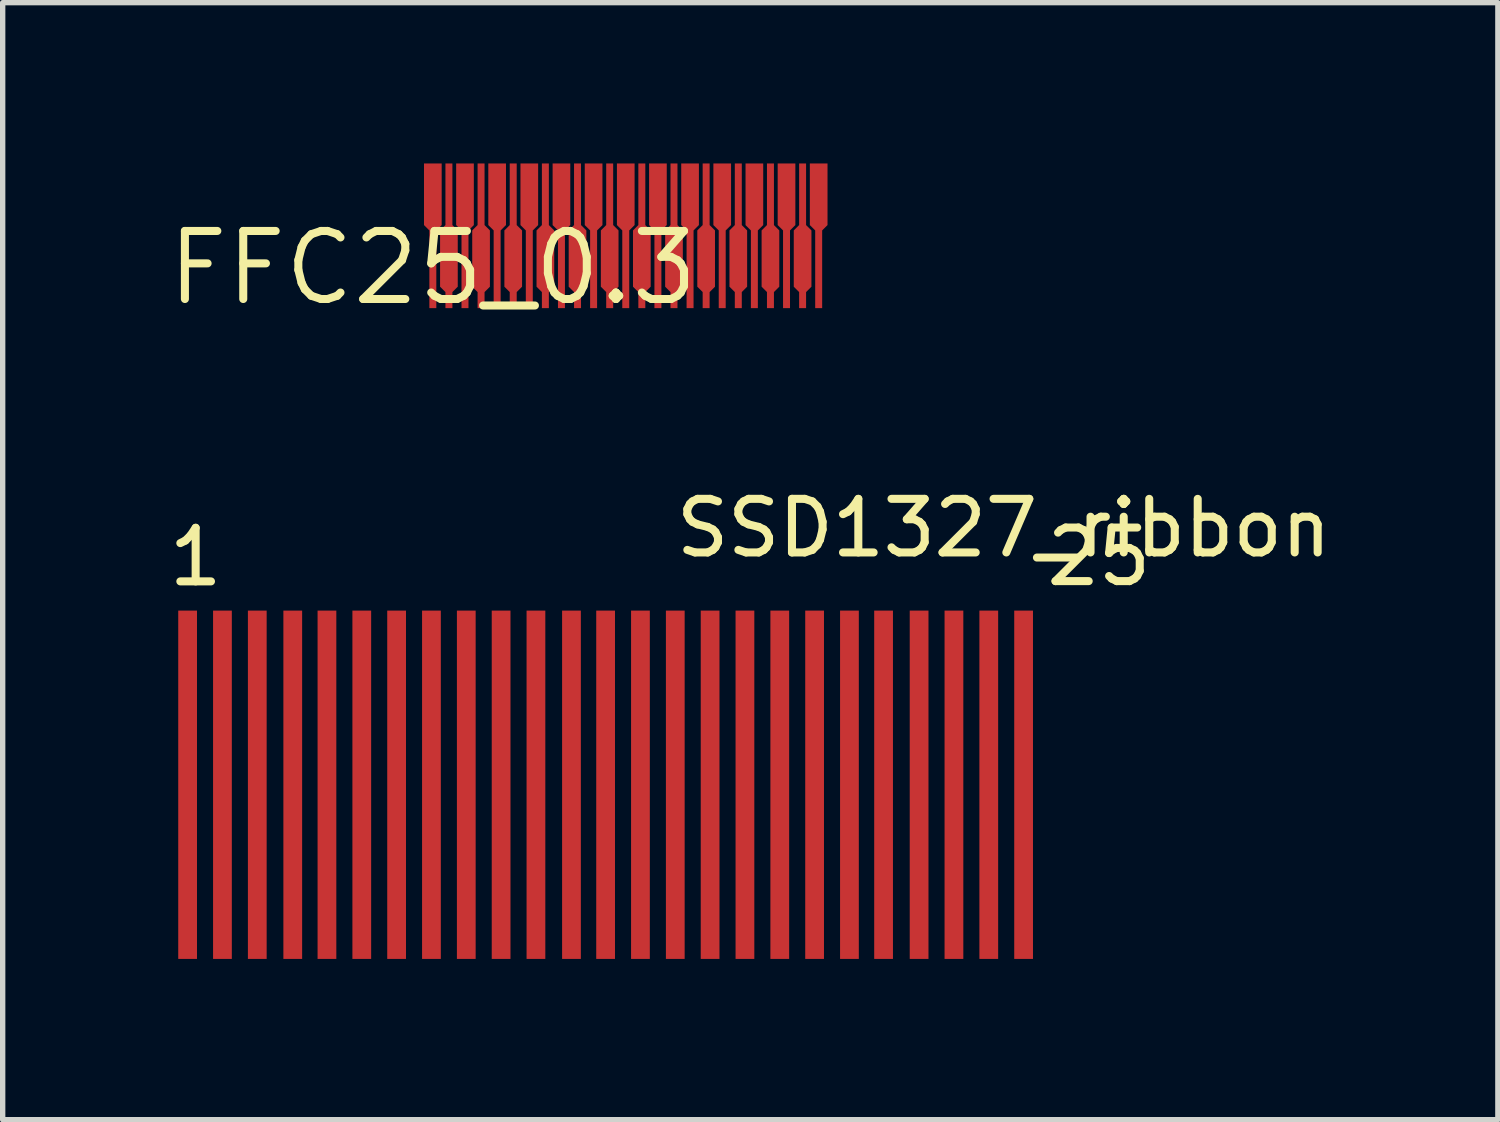
<source format=kicad_pcb>
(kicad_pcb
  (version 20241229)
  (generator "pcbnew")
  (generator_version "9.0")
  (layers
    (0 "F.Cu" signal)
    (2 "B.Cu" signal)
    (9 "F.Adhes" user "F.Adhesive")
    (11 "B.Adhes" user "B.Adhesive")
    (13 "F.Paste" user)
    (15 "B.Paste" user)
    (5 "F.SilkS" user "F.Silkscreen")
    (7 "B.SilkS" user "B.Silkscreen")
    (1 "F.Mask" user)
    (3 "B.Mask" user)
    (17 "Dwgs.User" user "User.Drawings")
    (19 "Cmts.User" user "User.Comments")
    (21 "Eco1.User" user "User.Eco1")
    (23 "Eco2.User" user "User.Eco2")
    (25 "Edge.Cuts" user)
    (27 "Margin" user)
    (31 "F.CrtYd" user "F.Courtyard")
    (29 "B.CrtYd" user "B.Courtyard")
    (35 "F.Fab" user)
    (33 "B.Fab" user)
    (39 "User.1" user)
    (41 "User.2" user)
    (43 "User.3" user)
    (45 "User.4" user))
  (footprint "SSD1327_ribbon"
    (layer "F.Cu")
    (at 10.601 9.344)
    (property "Reference" "SSD1327_ribbon" (at 5.08 -2.54 0) (layer "F.SilkS") (effects (font (size 1 1) (thickness 0.15))))
    (attr smd)
    (fp_text user "25" (at 6.855 -2.005 0) (layer "F.SilkS") (effects (font (size 1 1) (thickness 0.15))))
    (fp_text user "1" (at -10 -2 0) (layer "F.SilkS") (effects (font (size 1 1) (thickness 0.15))))
    (pad "1" smd rect (at -10.15 2.25) (size 0.35 6.5) (layers "F.Cu" "F.Mask" "F.Paste"))
    (pad "2" smd rect (at -9.5 2.25) (size 0.35 6.5) (layers "F.Cu" "F.Mask" "F.Paste"))
    (pad "3" smd rect (at -8.85 2.25) (size 0.35 6.5) (layers "F.Cu" "F.Mask" "F.Paste"))
    (pad "4" smd rect (at -8.188 2.25) (size 0.35 6.5) (layers "F.Cu" "F.Mask" "F.Paste"))
    (pad "5" smd rect (at -7.55 2.25) (size 0.35 6.5) (layers "F.Cu" "F.Mask" "F.Paste"))
    (pad "6" smd rect (at -6.9 2.25) (size 0.35 6.5) (layers "F.Cu" "F.Mask" "F.Paste"))
    (pad "7" smd rect (at -6.25 2.25) (size 0.35 6.5) (layers "F.Cu" "F.Mask" "F.Paste"))
    (pad "8" smd rect (at -5.6 2.25) (size 0.35 6.5) (layers "F.Cu" "F.Mask" "F.Paste"))
    (pad "9" smd rect (at -4.95 2.25) (size 0.35 6.5) (layers "F.Cu" "F.Mask" "F.Paste"))
    (pad "10" smd rect (at -4.3 2.25) (size 0.35 6.5) (layers "F.Cu" "F.Mask" "F.Paste"))
    (pad "11" smd rect (at -3.65 2.25) (size 0.35 6.5) (layers "F.Cu" "F.Mask" "F.Paste"))
    (pad "12" smd rect (at -2.987 2.25) (size 0.35 6.5) (layers "F.Cu" "F.Mask" "F.Paste"))
    (pad "13" smd rect (at -2.35 2.25) (size 0.35 6.5) (layers "F.Cu" "F.Mask" "F.Paste"))
    (pad "14" smd rect (at -1.7 2.25) (size 0.35 6.5) (layers "F.Cu" "F.Mask" "F.Paste"))
    (pad "15" smd rect (at -1.05 2.25) (size 0.35 6.5) (layers "F.Cu" "F.Mask" "F.Paste"))
    (pad "16" smd rect (at -0.4 2.25) (size 0.35 6.5) (layers "F.Cu" "F.Mask" "F.Paste"))
    (pad "17" smd rect (at 0.25 2.25) (size 0.35 6.5) (layers "F.Cu" "F.Mask" "F.Paste"))
    (pad "18" smd rect (at 0.9 2.25) (size 0.35 6.5) (layers "F.Cu" "F.Mask" "F.Paste"))
    (pad "19" smd rect (at 1.55 2.25) (size 0.35 6.5) (layers "F.Cu" "F.Mask" "F.Paste"))
    (pad "20" smd rect (at 2.2 2.25) (size 0.35 6.5) (layers "F.Cu" "F.Mask" "F.Paste"))
    (pad "21" smd rect (at 2.837 2.25) (size 0.35 6.5) (layers "F.Cu" "F.Mask" "F.Paste"))
    (pad "22" smd rect (at 3.5 2.25) (size 0.35 6.5) (layers "F.Cu" "F.Mask" "F.Paste"))
    (pad "23" smd rect (at 4.15 2.25) (size 0.35 6.5) (layers "F.Cu" "F.Mask" "F.Paste"))
    (pad "24" smd rect (at 4.8 2.25) (size 0.35 6.5) (layers "F.Cu" "F.Mask" "F.Paste"))
    (pad "25" smd rect (at 5.45 2.25) (size 0.35 6.5) (layers "F.Cu" "F.Mask" "F.Paste")))
  (footprint "FFC25_0.3"
    (layer "F.Cu")
    (at 5.027 1.95)
    (property "Reference" "FFC25_0.3" (at 0 0 0) (layer "F.SilkS") (effects (font (size 1.27 1.27) (thickness 0.15))))
    (attr through_hole)
    (pad "1" smd custom (at 7.2 0) (size 0.13 1.5) (layers "F.Cu" "F.Mask" "F.Paste") (options (anchor rect)) (primitives (gr_poly (pts (xy -0.165 -1.95) (xy 0.165 -1.95) (xy 0.165 -0.8) (xy 0.065 -0.7) (xy 0.065 0.75) (xy -0.065 0.75) (xy -0.065 -0.7) (xy -0.165 -0.8) (xy -0.165 -1.95)) (width 0) (fill yes))))
    (pad "2" smd custom (at 6.9 0.6) (size 0.13 0.3) (layers "F.Cu" "F.Mask" "F.Paste") (options (anchor rect)) (primitives (gr_poly (pts (xy -0.065 -1.4) (xy -0.065 -2.55) (xy 0.065 -2.55) (xy 0.065 -1.4) (xy 0.165 -1.3) (xy 0.165 -0.25) (xy 0.065 -0.15) (xy 0.065 0.15) (xy -0.065 0.15) (xy -0.065 -0.15) (xy -0.165 -0.25) (xy -0.165 -1.3) (xy -0.065 -1.4)) (width 0) (fill yes))))
    (pad "3" smd custom (at 6.6 0) (size 0.13 1.5) (layers "F.Cu" "F.Mask" "F.Paste") (options (anchor rect)) (primitives (gr_poly (pts (xy -0.165 -1.95) (xy 0.165 -1.95) (xy 0.165 -0.8) (xy 0.065 -0.7) (xy 0.065 0.75) (xy -0.065 0.75) (xy -0.065 -0.7) (xy -0.165 -0.8) (xy -0.165 -1.95)) (width 0) (fill yes))))
    (pad "4" smd custom (at 6.3 0.6) (size 0.13 0.3) (layers "F.Cu" "F.Mask" "F.Paste") (options (anchor rect)) (primitives (gr_poly (pts (xy -0.065 -1.4) (xy -0.065 -2.55) (xy 0.065 -2.55) (xy 0.065 -1.4) (xy 0.165 -1.3) (xy 0.165 -0.25) (xy 0.065 -0.15) (xy 0.065 0.15) (xy -0.065 0.15) (xy -0.065 -0.15) (xy -0.165 -0.25) (xy -0.165 -1.3) (xy -0.065 -1.4)) (width 0) (fill yes))))
    (pad "5" smd custom (at 6 0) (size 0.13 1.5) (layers "F.Cu" "F.Mask" "F.Paste") (options (anchor rect)) (primitives (gr_poly (pts (xy -0.165 -1.95) (xy 0.165 -1.95) (xy 0.165 -0.8) (xy 0.065 -0.7) (xy 0.065 0.75) (xy -0.065 0.75) (xy -0.065 -0.7) (xy -0.165 -0.8) (xy -0.165 -1.95)) (width 0) (fill yes))))
    (pad "6" smd custom (at 5.7 0.6) (size 0.13 0.3) (layers "F.Cu" "F.Mask" "F.Paste") (options (anchor rect)) (primitives (gr_poly (pts (xy -0.065 -1.4) (xy -0.065 -2.55) (xy 0.065 -2.55) (xy 0.065 -1.4) (xy 0.165 -1.3) (xy 0.165 -0.25) (xy 0.065 -0.15) (xy 0.065 0.15) (xy -0.065 0.15) (xy -0.065 -0.15) (xy -0.165 -0.25) (xy -0.165 -1.3) (xy -0.065 -1.4)) (width 0) (fill yes))))
    (pad "7" smd custom (at 5.4 0) (size 0.13 1.5) (layers "F.Cu" "F.Mask" "F.Paste") (options (anchor rect)) (primitives (gr_poly (pts (xy -0.165 -1.95) (xy 0.165 -1.95) (xy 0.165 -0.8) (xy 0.065 -0.7) (xy 0.065 0.75) (xy -0.065 0.75) (xy -0.065 -0.7) (xy -0.165 -0.8) (xy -0.165 -1.95)) (width 0) (fill yes))))
    (pad "8" smd custom (at 5.1 0.6) (size 0.13 0.3) (layers "F.Cu" "F.Mask" "F.Paste") (options (anchor rect)) (primitives (gr_poly (pts (xy -0.065 -1.4) (xy -0.065 -2.55) (xy 0.065 -2.55) (xy 0.065 -1.4) (xy 0.165 -1.3) (xy 0.165 -0.25) (xy 0.065 -0.15) (xy 0.065 0.15) (xy -0.065 0.15) (xy -0.065 -0.15) (xy -0.165 -0.25) (xy -0.165 -1.3) (xy -0.065 -1.4)) (width 0) (fill yes))))
    (pad "9" smd custom (at 4.8 0) (size 0.13 1.5) (layers "F.Cu" "F.Mask" "F.Paste") (options (anchor rect)) (primitives (gr_poly (pts (xy -0.165 -1.95) (xy 0.165 -1.95) (xy 0.165 -0.8) (xy 0.065 -0.7) (xy 0.065 0.75) (xy -0.065 0.75) (xy -0.065 -0.7) (xy -0.165 -0.8) (xy -0.165 -1.95)) (width 0) (fill yes))))
    (pad "10" smd custom (at 4.5 0.6) (size 0.13 0.3) (layers "F.Cu" "F.Mask" "F.Paste") (options (anchor rect)) (primitives (gr_poly (pts (xy -0.065 -1.4) (xy -0.065 -2.55) (xy 0.065 -2.55) (xy 0.065 -1.4) (xy 0.165 -1.3) (xy 0.165 -0.25) (xy 0.065 -0.15) (xy 0.065 0.15) (xy -0.065 0.15) (xy -0.065 -0.15) (xy -0.165 -0.25) (xy -0.165 -1.3) (xy -0.065 -1.4)) (width 0) (fill yes))))
    (pad "11" smd custom (at 4.2 0) (size 0.13 1.5) (layers "F.Cu" "F.Mask" "F.Paste") (options (anchor rect)) (primitives (gr_poly (pts (xy -0.165 -1.95) (xy 0.165 -1.95) (xy 0.165 -0.8) (xy 0.065 -0.7) (xy 0.065 0.75) (xy -0.065 0.75) (xy -0.065 -0.7) (xy -0.165 -0.8) (xy -0.165 -1.95)) (width 0) (fill yes))))
    (pad "12" smd custom (at 3.9 0.6) (size 0.13 0.3) (layers "F.Cu" "F.Mask" "F.Paste") (options (anchor rect)) (primitives (gr_poly (pts (xy -0.065 -1.4) (xy -0.065 -2.55) (xy 0.065 -2.55) (xy 0.065 -1.4) (xy 0.165 -1.3) (xy 0.165 -0.25) (xy 0.065 -0.15) (xy 0.065 0.15) (xy -0.065 0.15) (xy -0.065 -0.15) (xy -0.165 -0.25) (xy -0.165 -1.3) (xy -0.065 -1.4)) (width 0) (fill yes))))
    (pad "13" smd custom (at 3.6 0) (size 0.13 1.5) (layers "F.Cu" "F.Mask" "F.Paste") (options (anchor rect)) (primitives (gr_poly (pts (xy -0.165 -1.95) (xy 0.165 -1.95) (xy 0.165 -0.8) (xy 0.065 -0.7) (xy 0.065 0.75) (xy -0.065 0.75) (xy -0.065 -0.7) (xy -0.165 -0.8) (xy -0.165 -1.95)) (width 0) (fill yes))))
    (pad "14" smd custom (at 3.3 0.6) (size 0.13 0.3) (layers "F.Cu" "F.Mask" "F.Paste") (options (anchor rect)) (primitives (gr_poly (pts (xy -0.065 -1.4) (xy -0.065 -2.55) (xy 0.065 -2.55) (xy 0.065 -1.4) (xy 0.165 -1.3) (xy 0.165 -0.25) (xy 0.065 -0.15) (xy 0.065 0.15) (xy -0.065 0.15) (xy -0.065 -0.15) (xy -0.165 -0.25) (xy -0.165 -1.3) (xy -0.065 -1.4)) (width 0) (fill yes))))
    (pad "15" smd custom (at 3 0) (size 0.13 1.5) (layers "F.Cu" "F.Mask" "F.Paste") (options (anchor rect)) (primitives (gr_poly (pts (xy -0.165 -1.95) (xy 0.165 -1.95) (xy 0.165 -0.8) (xy 0.065 -0.7) (xy 0.065 0.75) (xy -0.065 0.75) (xy -0.065 -0.7) (xy -0.165 -0.8) (xy -0.165 -1.95)) (width 0) (fill yes))))
    (pad "16" smd custom (at 2.7 0.6) (size 0.13 0.3) (layers "F.Cu" "F.Mask" "F.Paste") (options (anchor rect)) (primitives (gr_poly (pts (xy -0.065 -1.4) (xy -0.065 -2.55) (xy 0.065 -2.55) (xy 0.065 -1.4) (xy 0.165 -1.3) (xy 0.165 -0.25) (xy 0.065 -0.15) (xy 0.065 0.15) (xy -0.065 0.15) (xy -0.065 -0.15) (xy -0.165 -0.25) (xy -0.165 -1.3) (xy -0.065 -1.4)) (width 0) (fill yes))))
    (pad "17" smd custom (at 2.4 0) (size 0.13 1.5) (layers "F.Cu" "F.Mask" "F.Paste") (options (anchor rect)) (primitives (gr_poly (pts (xy -0.165 -1.95) (xy 0.165 -1.95) (xy 0.165 -0.8) (xy 0.065 -0.7) (xy 0.065 0.75) (xy -0.065 0.75) (xy -0.065 -0.7) (xy -0.165 -0.8) (xy -0.165 -1.95)) (width 0) (fill yes))))
    (pad "18" smd custom (at 2.1 0.6) (size 0.13 0.3) (layers "F.Cu" "F.Mask" "F.Paste") (options (anchor rect)) (primitives (gr_poly (pts (xy -0.065 -1.4) (xy -0.065 -2.55) (xy 0.065 -2.55) (xy 0.065 -1.4) (xy 0.165 -1.3) (xy 0.165 -0.25) (xy 0.065 -0.15) (xy 0.065 0.15) (xy -0.065 0.15) (xy -0.065 -0.15) (xy -0.165 -0.25) (xy -0.165 -1.3) (xy -0.065 -1.4)) (width 0) (fill yes))))
    (pad "19" smd custom (at 1.8 0) (size 0.13 1.5) (layers "F.Cu" "F.Mask" "F.Paste") (options (anchor rect)) (primitives (gr_poly (pts (xy -0.165 -1.95) (xy 0.165 -1.95) (xy 0.165 -0.8) (xy 0.065 -0.7) (xy 0.065 0.75) (xy -0.065 0.75) (xy -0.065 -0.7) (xy -0.165 -0.8) (xy -0.165 -1.95)) (width 0) (fill yes))))
    (pad "20" smd custom (at 1.5 0.6) (size 0.13 0.3) (layers "F.Cu" "F.Mask" "F.Paste") (options (anchor rect)) (primitives (gr_poly (pts (xy -0.065 -1.4) (xy -0.065 -2.55) (xy 0.065 -2.55) (xy 0.065 -1.4) (xy 0.165 -1.3) (xy 0.165 -0.25) (xy 0.065 -0.15) (xy 0.065 0.15) (xy -0.065 0.15) (xy -0.065 -0.15) (xy -0.165 -0.25) (xy -0.165 -1.3) (xy -0.065 -1.4)) (width 0) (fill yes))))
    (pad "21" smd custom (at 1.2 0) (size 0.13 1.5) (layers "F.Cu" "F.Mask" "F.Paste") (options (anchor rect)) (primitives (gr_poly (pts (xy -0.165 -1.95) (xy 0.165 -1.95) (xy 0.165 -0.8) (xy 0.065 -0.7) (xy 0.065 0.75) (xy -0.065 0.75) (xy -0.065 -0.7) (xy -0.165 -0.8) (xy -0.165 -1.95)) (width 0) (fill yes))))
    (pad "22" smd custom (at 0.9 0.6) (size 0.13 0.3) (layers "F.Cu" "F.Mask" "F.Paste") (options (anchor rect)) (primitives (gr_poly (pts (xy -0.065 -1.4) (xy -0.065 -2.55) (xy 0.065 -2.55) (xy 0.065 -1.4) (xy 0.165 -1.3) (xy 0.165 -0.25) (xy 0.065 -0.15) (xy 0.065 0.15) (xy -0.065 0.15) (xy -0.065 -0.15) (xy -0.165 -0.25) (xy -0.165 -1.3) (xy -0.065 -1.4)) (width 0) (fill yes))))
    (pad "23" smd custom (at 0.6 0) (size 0.13 1.5) (layers "F.Cu" "F.Mask" "F.Paste") (options (anchor rect)) (primitives (gr_poly (pts (xy -0.165 -1.95) (xy 0.165 -1.95) (xy 0.165 -0.8) (xy 0.065 -0.7) (xy 0.065 0.75) (xy -0.065 0.75) (xy -0.065 -0.7) (xy -0.165 -0.8) (xy -0.165 -1.95)) (width 0) (fill yes))))
    (pad "24" smd custom (at 0.3 0.6) (size 0.13 0.3) (layers "F.Cu" "F.Mask" "F.Paste") (options (anchor rect)) (primitives (gr_poly (pts (xy -0.065 -1.4) (xy -0.065 -2.55) (xy 0.065 -2.55) (xy 0.065 -1.4) (xy 0.165 -1.3) (xy 0.165 -0.25) (xy 0.065 -0.15) (xy 0.065 0.15) (xy -0.065 0.15) (xy -0.065 -0.15) (xy -0.165 -0.25) (xy -0.165 -1.3) (xy -0.065 -1.4)) (width 0) (fill yes))))
    (pad "25" smd custom (at 0 0) (size 0.13 1.5) (layers "F.Cu" "F.Mask" "F.Paste") (options (anchor rect)) (primitives (gr_poly (pts (xy -0.165 -1.95) (xy 0.165 -1.95) (xy 0.165 -0.8) (xy 0.065 -0.7) (xy 0.065 0.75) (xy -0.065 0.75) (xy -0.065 -0.7) (xy -0.165 -0.8) (xy -0.165 -1.95)) (width 0) (fill yes)))))
  (gr_rect
    (start -3 -3)
    (end 24.901 17.844)
    (stroke (width 0.1) (type default))
    (fill no)
    (layer "Edge.Cuts")))
</source>
